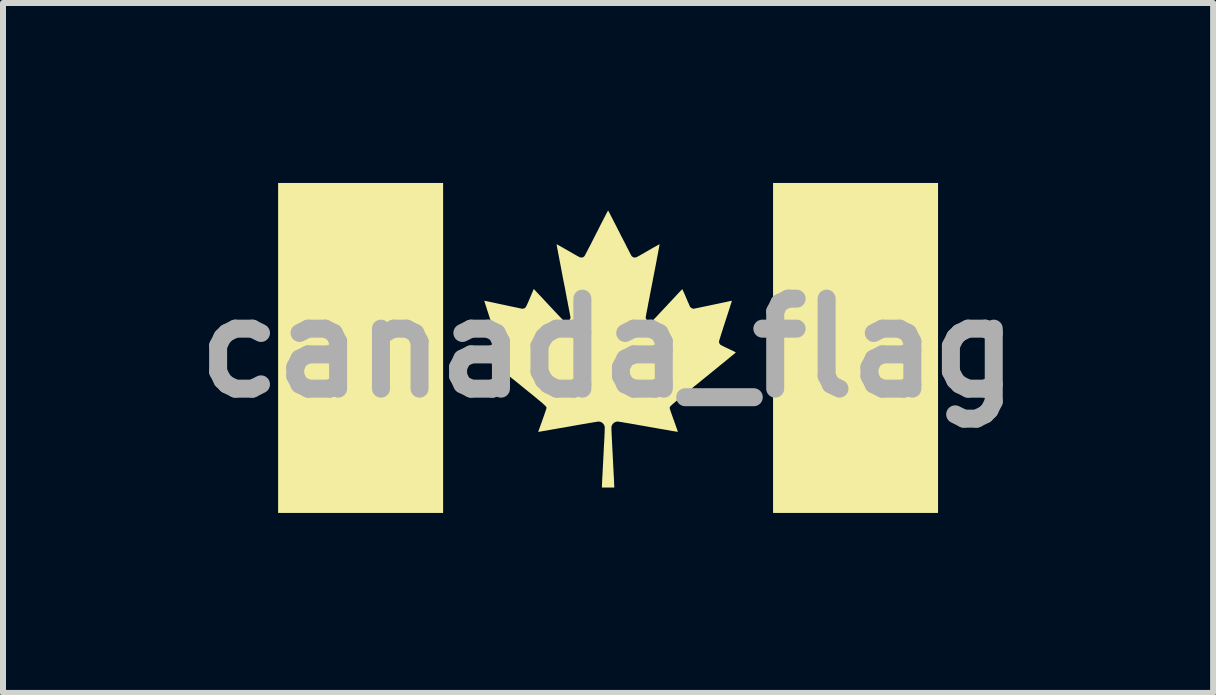
<source format=kicad_pcb>
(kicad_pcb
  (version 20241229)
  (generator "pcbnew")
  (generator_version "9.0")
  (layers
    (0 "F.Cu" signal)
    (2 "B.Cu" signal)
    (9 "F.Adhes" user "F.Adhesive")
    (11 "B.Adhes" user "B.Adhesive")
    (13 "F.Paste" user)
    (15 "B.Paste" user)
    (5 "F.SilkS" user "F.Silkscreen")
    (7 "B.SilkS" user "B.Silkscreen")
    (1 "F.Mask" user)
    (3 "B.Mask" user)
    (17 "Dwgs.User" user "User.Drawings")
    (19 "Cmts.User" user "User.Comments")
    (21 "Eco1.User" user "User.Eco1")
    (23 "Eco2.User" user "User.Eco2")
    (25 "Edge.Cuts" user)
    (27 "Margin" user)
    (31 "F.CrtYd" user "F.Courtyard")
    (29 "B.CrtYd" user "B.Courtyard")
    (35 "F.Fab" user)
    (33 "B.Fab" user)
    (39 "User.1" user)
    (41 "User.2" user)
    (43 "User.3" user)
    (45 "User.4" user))
  (footprint "canada_flag"
    (layer "F.Cu")
    (at 7.086 2.75)
    (property "Reference" "canada_flag" (at 0 0 0) (layer "F.Fab") (effects (font (size 1.5 1.5) (thickness 0.3))))
    (attr board_only exclude_from_pos_files exclude_from_bom)
    (fp_poly (pts (xy -2.75 0) (xy -2.75 2.75) (xy -4.125 2.75) (xy -5.5 2.75) (xy -5.5 0) (xy -5.5 -2.75) (xy -4.125 -2.75) (xy -2.75 -2.75)) (stroke (width 0) (type solid)) (fill yes) (layer "F.SilkS"))
    (fp_poly (pts (xy 5.5 0) (xy 5.5 2.75) (xy 4.125 2.75) (xy 2.75 2.75) (xy 2.75 0) (xy 2.75 -2.75) (xy 4.125 -2.75) (xy 5.5 -2.75)) (stroke (width 0) (type solid)) (fill yes) (layer "F.SilkS"))
    (fp_poly (pts (xy 0.002 -2.288) (xy 0.007 -2.279) (xy 0.016 -2.263) (xy 0.027 -2.242) (xy 0.04 -2.216) (xy 0.056 -2.185) (xy 0.075 -2.15) (xy 0.094 -2.111) (xy 0.116 -2.069) (xy 0.139 -2.024) (xy 0.163 -1.976) (xy 0.189 -1.927) (xy 0.193 -1.918) (xy 0.218 -1.868) (xy 0.243 -1.82) (xy 0.267 -1.774) (xy 0.289 -1.731) (xy 0.309 -1.69) (xy 0.328 -1.654) (xy 0.345 -1.621) (xy 0.359 -1.593) (xy 0.371 -1.57) (xy 0.381 -1.552) (xy 0.387 -1.541) (xy 0.39 -1.535) (xy 0.39 -1.535) (xy 0.405 -1.52) (xy 0.425 -1.51) (xy 0.447 -1.507) (xy 0.452 -1.507) (xy 0.456 -1.507) (xy 0.461 -1.509) (xy 0.467 -1.511) (xy 0.475 -1.514) (xy 0.485 -1.519) (xy 0.498 -1.525) (xy 0.514 -1.534) (xy 0.533 -1.545) (xy 0.557 -1.559) (xy 0.587 -1.575) (xy 0.621 -1.595) (xy 0.662 -1.619) (xy 0.662 -1.619) (xy 0.697 -1.639) (xy 0.73 -1.658) (xy 0.761 -1.676) (xy 0.789 -1.691) (xy 0.812 -1.704) (xy 0.832 -1.715) (xy 0.846 -1.723) (xy 0.855 -1.728) (xy 0.858 -1.729) (xy 0.858 -1.725) (xy 0.856 -1.714) (xy 0.853 -1.696) (xy 0.849 -1.672) (xy 0.843 -1.642) (xy 0.836 -1.606) (xy 0.829 -1.566) (xy 0.82 -1.521) (xy 0.811 -1.471) (xy 0.801 -1.417) (xy 0.79 -1.36) (xy 0.778 -1.3) (xy 0.766 -1.237) (xy 0.753 -1.172) (xy 0.744 -1.122) (xy 0.731 -1.055) (xy 0.718 -0.99) (xy 0.706 -0.928) (xy 0.695 -0.868) (xy 0.684 -0.811) (xy 0.673 -0.758) (xy 0.664 -0.709) (xy 0.656 -0.664) (xy 0.648 -0.624) (xy 0.641 -0.59) (xy 0.636 -0.561) (xy 0.632 -0.537) (xy 0.629 -0.521) (xy 0.627 -0.511) (xy 0.626 -0.508) (xy 0.63 -0.491) (xy 0.639 -0.474) (xy 0.652 -0.459) (xy 0.667 -0.447) (xy 0.682 -0.441) (xy 0.702 -0.44) (xy 0.722 -0.443) (xy 0.736 -0.449) (xy 0.74 -0.453) (xy 0.749 -0.462) (xy 0.762 -0.476) (xy 0.779 -0.494) (xy 0.801 -0.516) (xy 0.825 -0.542) (xy 0.852 -0.571) (xy 0.882 -0.603) (xy 0.914 -0.637) (xy 0.948 -0.673) (xy 0.983 -0.71) (xy 0.99 -0.718) (xy 1.025 -0.756) (xy 1.059 -0.792) (xy 1.091 -0.826) (xy 1.121 -0.858) (xy 1.148 -0.887) (xy 1.172 -0.913) (xy 1.193 -0.935) (xy 1.21 -0.953) (xy 1.224 -0.967) (xy 1.232 -0.976) (xy 1.237 -0.98) (xy 1.237 -0.981) (xy 1.239 -0.977) (xy 1.243 -0.968) (xy 1.25 -0.953) (xy 1.259 -0.933) (xy 1.27 -0.909) (xy 1.282 -0.882) (xy 1.295 -0.852) (xy 1.3 -0.839) (xy 1.313 -0.808) (xy 1.326 -0.778) (xy 1.338 -0.751) (xy 1.348 -0.728) (xy 1.357 -0.708) (xy 1.363 -0.694) (xy 1.367 -0.686) (xy 1.368 -0.685) (xy 1.376 -0.676) (xy 1.389 -0.667) (xy 1.404 -0.659) (xy 1.417 -0.654) (xy 1.423 -0.653) (xy 1.428 -0.654) (xy 1.439 -0.656) (xy 1.457 -0.66) (xy 1.479 -0.664) (xy 1.507 -0.67) (xy 1.539 -0.677) (xy 1.574 -0.684) (xy 1.612 -0.692) (xy 1.652 -0.7) (xy 1.694 -0.709) (xy 1.736 -0.718) (xy 1.778 -0.727) (xy 1.82 -0.735) (xy 1.86 -0.744) (xy 1.898 -0.752) (xy 1.934 -0.76) (xy 1.967 -0.766) (xy 1.995 -0.773) (xy 2.019 -0.778) (xy 2.037 -0.782) (xy 2.049 -0.784) (xy 2.054 -0.786) (xy 2.061 -0.786) (xy 2.063 -0.783) (xy 2.061 -0.778) (xy 2.058 -0.767) (xy 2.053 -0.75) (xy 2.045 -0.727) (xy 2.036 -0.699) (xy 2.026 -0.666) (xy 2.014 -0.629) (xy 2.001 -0.589) (xy 1.987 -0.545) (xy 1.972 -0.499) (xy 1.956 -0.451) (xy 1.956 -0.449) (xy 1.939 -0.398) (xy 1.923 -0.349) (xy 1.909 -0.303) (xy 1.895 -0.261) (xy 1.883 -0.223) (xy 1.873 -0.19) (xy 1.864 -0.161) (xy 1.857 -0.138) (xy 1.852 -0.12) (xy 1.849 -0.109) (xy 1.849 -0.105) (xy 1.852 -0.084) (xy 1.863 -0.064) (xy 1.871 -0.056) (xy 1.877 -0.051) (xy 1.89 -0.044) (xy 1.908 -0.034) (xy 1.931 -0.023) (xy 1.958 -0.009) (xy 1.989 0.005) (xy 2.006 0.013) (xy 2.034 0.027) (xy 2.061 0.039) (xy 2.084 0.05) (xy 2.103 0.06) (xy 2.117 0.068) (xy 2.127 0.073) (xy 2.129 0.075) (xy 2.126 0.078) (xy 2.118 0.085) (xy 2.104 0.097) (xy 2.085 0.113) (xy 2.061 0.132) (xy 2.033 0.155) (xy 2.001 0.182) (xy 1.964 0.212) (xy 1.925 0.244) (xy 1.881 0.279) (xy 1.835 0.317) (xy 1.786 0.357) (xy 1.735 0.398) (xy 1.682 0.442) (xy 1.626 0.487) (xy 1.586 0.519) (xy 1.519 0.574) (xy 1.456 0.624) (xy 1.4 0.67) (xy 1.348 0.712) (xy 1.301 0.75) (xy 1.259 0.784) (xy 1.222 0.815) (xy 1.189 0.842) (xy 1.159 0.866) (xy 1.134 0.887) (xy 1.112 0.906) (xy 1.093 0.922) (xy 1.077 0.936) (xy 1.063 0.948) (xy 1.053 0.958) (xy 1.044 0.967) (xy 1.038 0.974) (xy 1.033 0.98) (xy 1.03 0.985) (xy 1.028 0.99) (xy 1.027 0.994) (xy 1.027 0.997) (xy 1.027 1.001) (xy 1.028 1.005) (xy 1.028 1.009) (xy 1.028 1.01) (xy 1.03 1.016) (xy 1.034 1.029) (xy 1.04 1.048) (xy 1.048 1.072) (xy 1.058 1.1) (xy 1.069 1.131) (xy 1.081 1.165) (xy 1.094 1.201) (xy 1.098 1.211) (xy 1.11 1.246) (xy 1.123 1.28) (xy 1.133 1.311) (xy 1.143 1.338) (xy 1.151 1.361) (xy 1.157 1.379) (xy 1.161 1.391) (xy 1.163 1.397) (xy 1.163 1.398) (xy 1.163 1.398) (xy 1.162 1.398) (xy 1.161 1.398) (xy 1.159 1.398) (xy 1.155 1.398) (xy 1.15 1.397) (xy 1.143 1.396) (xy 1.134 1.394) (xy 1.121 1.392) (xy 1.106 1.39) (xy 1.087 1.386) (xy 1.065 1.383) (xy 1.038 1.378) (xy 1.007 1.372) (xy 0.971 1.366) (xy 0.93 1.359) (xy 0.884 1.351) (xy 0.831 1.342) (xy 0.772 1.331) (xy 0.707 1.32) (xy 0.635 1.307) (xy 0.584 1.298) (xy 0.529 1.289) (xy 0.476 1.279) (xy 0.425 1.27) (xy 0.377 1.262) (xy 0.332 1.254) (xy 0.292 1.248) (xy 0.255 1.241) (xy 0.224 1.236) (xy 0.198 1.232) (xy 0.178 1.229) (xy 0.165 1.227) (xy 0.158 1.226) (xy 0.158 1.226) (xy 0.133 1.23) (xy 0.109 1.24) (xy 0.088 1.256) (xy 0.071 1.276) (xy 0.06 1.299) (xy 0.06 1.3) (xy 0.059 1.303) (xy 0.058 1.306) (xy 0.057 1.31) (xy 0.056 1.315) (xy 0.056 1.322) (xy 0.056 1.33) (xy 0.056 1.34) (xy 0.056 1.353) (xy 0.056 1.369) (xy 0.057 1.388) (xy 0.058 1.411) (xy 0.059 1.438) (xy 0.061 1.47) (xy 0.062 1.507) (xy 0.065 1.549) (xy 0.067 1.597) (xy 0.07 1.652) (xy 0.073 1.713) (xy 0.077 1.781) (xy 0.078 1.808) (xy 0.081 1.868) (xy 0.084 1.927) (xy 0.087 1.983) (xy 0.09 2.037) (xy 0.092 2.087) (xy 0.095 2.133) (xy 0.097 2.175) (xy 0.099 2.212) (xy 0.1 2.244) (xy 0.101 2.27) (xy 0.102 2.29) (xy 0.103 2.303) (xy 0.103 2.31) (xy 0.103 2.31) (xy 0.103 2.326) (xy 0 2.326) (xy -0.103 2.326) (xy -0.103 2.31) (xy -0.103 2.304) (xy -0.102 2.291) (xy -0.102 2.272) (xy -0.1 2.246) (xy -0.099 2.214) (xy -0.097 2.177) (xy -0.095 2.136) (xy -0.092 2.09) (xy -0.09 2.04) (xy -0.087 1.987) (xy -0.084 1.931) (xy -0.081 1.872) (xy -0.078 1.812) (xy -0.078 1.808) (xy -0.074 1.737) (xy -0.071 1.673) (xy -0.068 1.616) (xy -0.065 1.566) (xy -0.063 1.522) (xy -0.061 1.483) (xy -0.06 1.449) (xy -0.058 1.42) (xy -0.057 1.396) (xy -0.057 1.375) (xy -0.056 1.358) (xy -0.056 1.344) (xy -0.056 1.333) (xy -0.056 1.324) (xy -0.056 1.318) (xy -0.057 1.312) (xy -0.057 1.308) (xy -0.058 1.304) (xy -0.059 1.301) (xy -0.06 1.3) (xy -0.071 1.276) (xy -0.087 1.256) (xy -0.108 1.24) (xy -0.132 1.23) (xy -0.157 1.226) (xy -0.158 1.226) (xy -0.164 1.227) (xy -0.176 1.229) (xy -0.195 1.232) (xy -0.221 1.236) (xy -0.252 1.241) (xy -0.288 1.247) (xy -0.329 1.254) (xy -0.374 1.262) (xy -0.423 1.27) (xy -0.476 1.279) (xy -0.531 1.289) (xy -0.588 1.299) (xy -0.648 1.31) (xy -0.651 1.31) (xy -0.711 1.321) (xy -0.768 1.331) (xy -0.824 1.34) (xy -0.877 1.35) (xy -0.926 1.358) (xy -0.972 1.366) (xy -1.013 1.374) (xy -1.05 1.38) (xy -1.082 1.385) (xy -1.108 1.39) (xy -1.128 1.393) (xy -1.141 1.396) (xy -1.147 1.397) (xy -1.147 1.397) (xy -1.159 1.398) (xy -1.164 1.397) (xy -1.164 1.395) (xy -1.164 1.393) (xy -1.156 1.373) (xy -1.147 1.348) (xy -1.137 1.32) (xy -1.126 1.289) (xy -1.114 1.257) (xy -1.102 1.223) (xy -1.09 1.189) (xy -1.078 1.156) (xy -1.067 1.125) (xy -1.057 1.095) (xy -1.048 1.069) (xy -1.04 1.046) (xy -1.034 1.028) (xy -1.03 1.016) (xy -1.028 1.01) (xy -1.028 1.01) (xy -1.028 1.005) (xy -1.027 1.002) (xy -1.027 0.998) (xy -1.027 0.994) (xy -1.028 0.991) (xy -1.029 0.986) (xy -1.032 0.981) (xy -1.037 0.975) (xy -1.043 0.968) (xy -1.051 0.96) (xy -1.061 0.95) (xy -1.074 0.939) (xy -1.089 0.925) (xy -1.107 0.909) (xy -1.129 0.891) (xy -1.154 0.871) (xy -1.182 0.847) (xy -1.215 0.82) (xy -1.251 0.79) (xy -1.292 0.757) (xy -1.338 0.72) (xy -1.389 0.679) (xy -1.444 0.634) (xy -1.505 0.584) (xy -1.572 0.53) (xy -1.586 0.519) (xy -1.643 0.473) (xy -1.697 0.429) (xy -1.75 0.386) (xy -1.801 0.345) (xy -1.849 0.306) (xy -1.894 0.269) (xy -1.937 0.234) (xy -1.975 0.203) (xy -2.011 0.174) (xy -2.042 0.148) (xy -2.069 0.126) (xy -2.091 0.108) (xy -2.109 0.093) (xy -2.121 0.083) (xy -2.128 0.077) (xy -2.129 0.075) (xy -2.126 0.073) (xy -2.117 0.067) (xy -2.102 0.06) (xy -2.082 0.05) (xy -2.059 0.039) (xy -2.033 0.026) (xy -2.006 0.014) (xy -1.973 -0.002) (xy -1.943 -0.016) (xy -1.918 -0.029) (xy -1.897 -0.04) (xy -1.882 -0.048) (xy -1.873 -0.054) (xy -1.871 -0.055) (xy -1.857 -0.073) (xy -1.85 -0.094) (xy -1.849 -0.106) (xy -1.85 -0.111) (xy -1.853 -0.124) (xy -1.859 -0.143) (xy -1.866 -0.168) (xy -1.876 -0.198) (xy -1.887 -0.234) (xy -1.899 -0.273) (xy -1.913 -0.317) (xy -1.928 -0.365) (xy -1.945 -0.415) (xy -1.956 -0.449) (xy -1.971 -0.497) (xy -1.986 -0.543) (xy -2 -0.587) (xy -2.014 -0.628) (xy -2.025 -0.665) (xy -2.036 -0.698) (xy -2.045 -0.726) (xy -2.052 -0.749) (xy -2.058 -0.767) (xy -2.061 -0.778) (xy -2.063 -0.783) (xy -2.063 -0.783) (xy -2.06 -0.786) (xy -2.054 -0.786) (xy -2.05 -0.785) (xy -2.042 -0.783) (xy -2.03 -0.78) (xy -2.012 -0.777) (xy -1.99 -0.772) (xy -1.962 -0.766) (xy -1.929 -0.759) (xy -1.89 -0.751) (xy -1.845 -0.741) (xy -1.794 -0.73) (xy -1.736 -0.718) (xy -1.672 -0.704) (xy -1.601 -0.689) (xy -1.523 -0.673) (xy -1.455 -0.658) (xy -1.438 -0.655) (xy -1.426 -0.654) (xy -1.416 -0.655) (xy -1.408 -0.657) (xy -1.4 -0.659) (xy -1.392 -0.663) (xy -1.385 -0.667) (xy -1.379 -0.673) (xy -1.372 -0.682) (xy -1.365 -0.694) (xy -1.356 -0.71) (xy -1.347 -0.731) (xy -1.335 -0.756) (xy -1.322 -0.787) (xy -1.306 -0.824) (xy -1.293 -0.855) (xy -1.281 -0.883) (xy -1.27 -0.91) (xy -1.26 -0.932) (xy -1.253 -0.951) (xy -1.247 -0.964) (xy -1.244 -0.971) (xy -1.244 -0.971) (xy -1.241 -0.978) (xy -1.237 -0.981) (xy -1.237 -0.981) (xy -1.234 -0.978) (xy -1.226 -0.97) (xy -1.214 -0.957) (xy -1.198 -0.94) (xy -1.178 -0.918) (xy -1.154 -0.893) (xy -1.127 -0.865) (xy -1.098 -0.834) (xy -1.067 -0.8) (xy -1.033 -0.764) (xy -0.999 -0.727) (xy -0.99 -0.718) (xy -0.955 -0.68) (xy -0.921 -0.644) (xy -0.888 -0.609) (xy -0.858 -0.577) (xy -0.83 -0.547) (xy -0.805 -0.521) (xy -0.783 -0.498) (xy -0.765 -0.479) (xy -0.751 -0.464) (xy -0.741 -0.454) (xy -0.736 -0.45) (xy -0.736 -0.449) (xy -0.719 -0.442) (xy -0.699 -0.44) (xy -0.682 -0.441) (xy -0.666 -0.447) (xy -0.651 -0.459) (xy -0.638 -0.475) (xy -0.63 -0.492) (xy -0.626 -0.508) (xy -0.627 -0.513) (xy -0.629 -0.525) (xy -0.633 -0.543) (xy -0.637 -0.568) (xy -0.643 -0.599) (xy -0.65 -0.635) (xy -0.658 -0.676) (xy -0.667 -0.722) (xy -0.676 -0.772) (xy -0.687 -0.826) (xy -0.698 -0.884) (xy -0.709 -0.944) (xy -0.721 -1.008) (xy -0.734 -1.073) (xy -0.744 -1.122) (xy -0.757 -1.189) (xy -0.769 -1.253) (xy -0.781 -1.316) (xy -0.792 -1.375) (xy -0.803 -1.431) (xy -0.813 -1.484) (xy -0.822 -1.532) (xy -0.831 -1.577) (xy -0.838 -1.616) (xy -0.845 -1.65) (xy -0.85 -1.679) (xy -0.854 -1.701) (xy -0.857 -1.717) (xy -0.858 -1.726) (xy -0.858 -1.729) (xy -0.855 -1.727) (xy -0.845 -1.722) (xy -0.83 -1.714) (xy -0.81 -1.703) (xy -0.786 -1.69) (xy -0.758 -1.674) (xy -0.727 -1.656) (xy -0.694 -1.637) (xy -0.662 -1.619) (xy -0.621 -1.596) (xy -0.587 -1.576) (xy -0.558 -1.559) (xy -0.533 -1.545) (xy -0.514 -1.534) (xy -0.498 -1.525) (xy -0.485 -1.519) (xy -0.475 -1.514) (xy -0.467 -1.511) (xy -0.461 -1.509) (xy -0.456 -1.508) (xy -0.452 -1.507) (xy -0.447 -1.507) (xy -0.447 -1.507) (xy -0.424 -1.51) (xy -0.406 -1.519) (xy -0.392 -1.533) (xy -0.389 -1.538) (xy -0.383 -1.549) (xy -0.374 -1.566) (xy -0.362 -1.589) (xy -0.347 -1.617) (xy -0.331 -1.649) (xy -0.312 -1.685) (xy -0.291 -1.725) (xy -0.269 -1.768) (xy -0.246 -1.814) (xy -0.221 -1.862) (xy -0.196 -1.912) (xy -0.193 -1.918) (xy -0.167 -1.968) (xy -0.143 -2.016) (xy -0.12 -2.062) (xy -0.098 -2.104) (xy -0.078 -2.144) (xy -0.059 -2.179) (xy -0.043 -2.211) (xy -0.029 -2.238) (xy -0.017 -2.26) (xy -0.008 -2.277) (xy -0.003 -2.287) (xy -0.000029 -2.292) (xy 0.000079 -2.292)) (stroke (width 0) (type solid)) (fill yes) (layer "F.SilkS")))
  (gr_rect
    (start -3 -3)
    (end 17.171 8.5)
    (stroke (width 0.1) (type default))
    (fill no)
    (layer "Edge.Cuts")))
</source>
